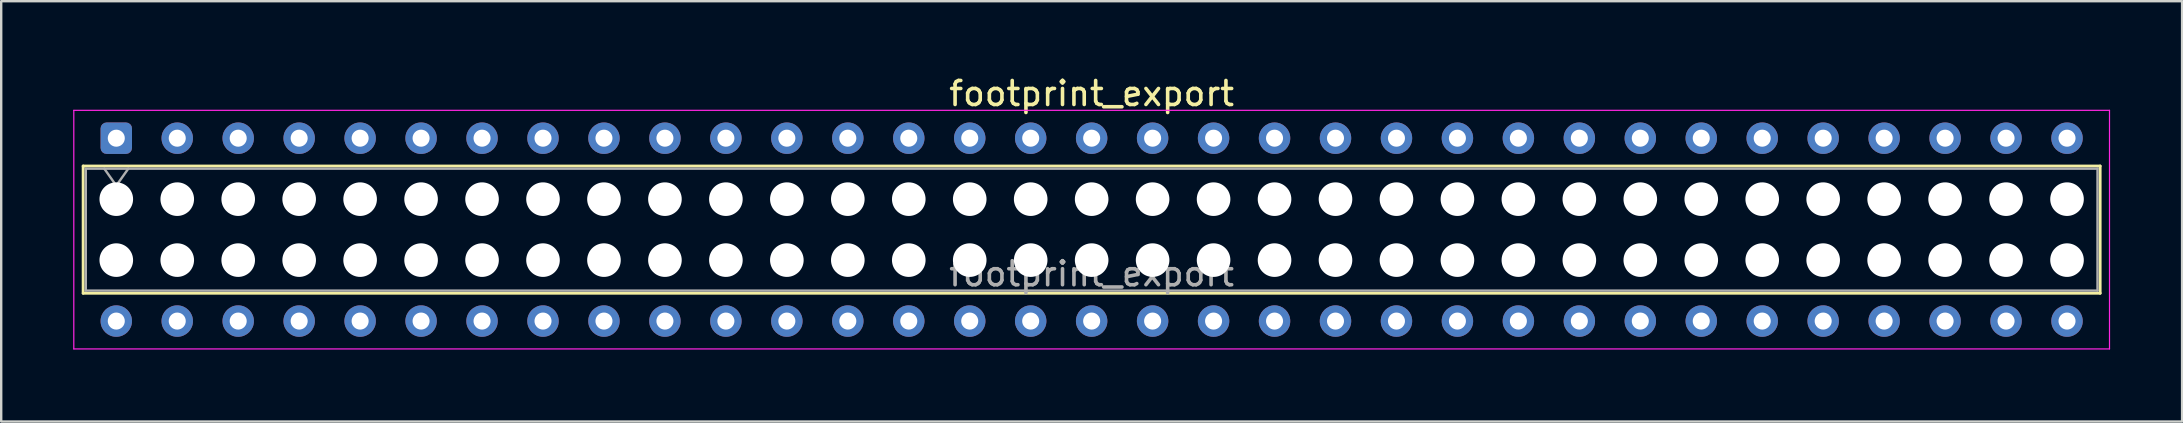
<source format=kicad_pcb>
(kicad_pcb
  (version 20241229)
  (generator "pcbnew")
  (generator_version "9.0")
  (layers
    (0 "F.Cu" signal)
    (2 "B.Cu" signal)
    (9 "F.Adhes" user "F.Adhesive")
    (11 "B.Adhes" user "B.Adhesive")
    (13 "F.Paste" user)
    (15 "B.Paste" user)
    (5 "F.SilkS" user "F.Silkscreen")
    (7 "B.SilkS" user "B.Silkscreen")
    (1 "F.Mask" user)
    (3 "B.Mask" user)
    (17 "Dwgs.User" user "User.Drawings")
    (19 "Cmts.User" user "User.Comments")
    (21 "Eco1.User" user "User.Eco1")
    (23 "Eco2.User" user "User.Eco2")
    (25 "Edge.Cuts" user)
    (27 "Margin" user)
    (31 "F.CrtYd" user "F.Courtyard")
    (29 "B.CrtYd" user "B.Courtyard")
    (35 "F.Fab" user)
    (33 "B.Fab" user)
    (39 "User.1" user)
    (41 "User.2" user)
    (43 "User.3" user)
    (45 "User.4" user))
  (footprint "footprint_export"
    (layer "F.Cu")
    (at 1.795 2.708)
    (property "Reference" "footprint_export" (at 40.64 -1.86 0) (layer "F.SilkS") (effects (font (size 1 1) (thickness 0.15))))
    (attr through_hole)
    (fp_line (start -1.38 1.16) (end 82.66 1.16) (stroke (width 0.12) (type solid)) (layer "F.SilkS"))
    (fp_line (start -1.38 6.46) (end -1.38 1.16) (stroke (width 0.12) (type solid)) (layer "F.SilkS"))
    (fp_line (start 82.66 1.16) (end 82.66 6.46) (stroke (width 0.12) (type solid)) (layer "F.SilkS"))
    (fp_line (start 82.66 6.46) (end -1.38 6.46) (stroke (width 0.12) (type solid)) (layer "F.SilkS"))
    (fp_line (start -1.77 -1.16) (end 83.05 -1.16) (stroke (width 0.05) (type solid)) (layer "F.CrtYd"))
    (fp_line (start -1.77 8.78) (end -1.77 -1.16) (stroke (width 0.05) (type solid)) (layer "F.CrtYd"))
    (fp_line (start 83.05 -1.16) (end 83.05 8.78) (stroke (width 0.05) (type solid)) (layer "F.CrtYd"))
    (fp_line (start 83.05 8.78) (end -1.77 8.78) (stroke (width 0.05) (type solid)) (layer "F.CrtYd"))
    (fp_line (start -1.27 1.27) (end 82.55 1.27) (stroke (width 0.1) (type solid)) (layer "F.Fab"))
    (fp_line (start -1.27 6.35) (end -1.27 1.27) (stroke (width 0.1) (type solid)) (layer "F.Fab"))
    (fp_line (start -0.5 1.27) (end 0 1.977) (stroke (width 0.1) (type solid)) (layer "F.Fab"))
    (fp_line (start 0 1.977) (end 0.5 1.27) (stroke (width 0.1) (type solid)) (layer "F.Fab"))
    (fp_line (start 82.55 1.27) (end 82.55 6.35) (stroke (width 0.1) (type solid)) (layer "F.Fab"))
    (fp_line (start 82.55 6.35) (end -1.27 6.35) (stroke (width 0.1) (type solid)) (layer "F.Fab"))
    (fp_text user "${REFERENCE}" (at 40.64 5.65 0) (layer "F.Fab") (effects (font (size 1 1) (thickness 0.15))))
    (pad "" np_thru_hole circle (at 0 2.54) (size 1.4 1.4) (drill 1.4) (layers "*.Cu" "*.Mask"))
    (pad "" np_thru_hole circle (at 0 5.08) (size 1.4 1.4) (drill 1.4) (layers "*.Cu" "*.Mask"))
    (pad "" np_thru_hole circle (at 2.54 2.54) (size 1.4 1.4) (drill 1.4) (layers "*.Cu" "*.Mask"))
    (pad "" np_thru_hole circle (at 2.54 5.08) (size 1.4 1.4) (drill 1.4) (layers "*.Cu" "*.Mask"))
    (pad "" np_thru_hole circle (at 5.08 2.54) (size 1.4 1.4) (drill 1.4) (layers "*.Cu" "*.Mask"))
    (pad "" np_thru_hole circle (at 5.08 5.08) (size 1.4 1.4) (drill 1.4) (layers "*.Cu" "*.Mask"))
    (pad "" np_thru_hole circle (at 7.62 2.54) (size 1.4 1.4) (drill 1.4) (layers "*.Cu" "*.Mask"))
    (pad "" np_thru_hole circle (at 7.62 5.08) (size 1.4 1.4) (drill 1.4) (layers "*.Cu" "*.Mask"))
    (pad "" np_thru_hole circle (at 10.16 2.54) (size 1.4 1.4) (drill 1.4) (layers "*.Cu" "*.Mask"))
    (pad "" np_thru_hole circle (at 10.16 5.08) (size 1.4 1.4) (drill 1.4) (layers "*.Cu" "*.Mask"))
    (pad "" np_thru_hole circle (at 12.7 2.54) (size 1.4 1.4) (drill 1.4) (layers "*.Cu" "*.Mask"))
    (pad "" np_thru_hole circle (at 12.7 5.08) (size 1.4 1.4) (drill 1.4) (layers "*.Cu" "*.Mask"))
    (pad "" np_thru_hole circle (at 15.24 2.54) (size 1.4 1.4) (drill 1.4) (layers "*.Cu" "*.Mask"))
    (pad "" np_thru_hole circle (at 15.24 5.08) (size 1.4 1.4) (drill 1.4) (layers "*.Cu" "*.Mask"))
    (pad "" np_thru_hole circle (at 17.78 2.54) (size 1.4 1.4) (drill 1.4) (layers "*.Cu" "*.Mask"))
    (pad "" np_thru_hole circle (at 17.78 5.08) (size 1.4 1.4) (drill 1.4) (layers "*.Cu" "*.Mask"))
    (pad "" np_thru_hole circle (at 20.32 2.54) (size 1.4 1.4) (drill 1.4) (layers "*.Cu" "*.Mask"))
    (pad "" np_thru_hole circle (at 20.32 5.08) (size 1.4 1.4) (drill 1.4) (layers "*.Cu" "*.Mask"))
    (pad "" np_thru_hole circle (at 22.86 2.54) (size 1.4 1.4) (drill 1.4) (layers "*.Cu" "*.Mask"))
    (pad "" np_thru_hole circle (at 22.86 5.08) (size 1.4 1.4) (drill 1.4) (layers "*.Cu" "*.Mask"))
    (pad "" np_thru_hole circle (at 25.4 2.54) (size 1.4 1.4) (drill 1.4) (layers "*.Cu" "*.Mask"))
    (pad "" np_thru_hole circle (at 25.4 5.08) (size 1.4 1.4) (drill 1.4) (layers "*.Cu" "*.Mask"))
    (pad "" np_thru_hole circle (at 27.94 2.54) (size 1.4 1.4) (drill 1.4) (layers "*.Cu" "*.Mask"))
    (pad "" np_thru_hole circle (at 27.94 5.08) (size 1.4 1.4) (drill 1.4) (layers "*.Cu" "*.Mask"))
    (pad "" np_thru_hole circle (at 30.48 2.54) (size 1.4 1.4) (drill 1.4) (layers "*.Cu" "*.Mask"))
    (pad "" np_thru_hole circle (at 30.48 5.08) (size 1.4 1.4) (drill 1.4) (layers "*.Cu" "*.Mask"))
    (pad "" np_thru_hole circle (at 33.02 2.54) (size 1.4 1.4) (drill 1.4) (layers "*.Cu" "*.Mask"))
    (pad "" np_thru_hole circle (at 33.02 5.08) (size 1.4 1.4) (drill 1.4) (layers "*.Cu" "*.Mask"))
    (pad "" np_thru_hole circle (at 35.56 2.54) (size 1.4 1.4) (drill 1.4) (layers "*.Cu" "*.Mask"))
    (pad "" np_thru_hole circle (at 35.56 5.08) (size 1.4 1.4) (drill 1.4) (layers "*.Cu" "*.Mask"))
    (pad "" np_thru_hole circle (at 38.1 2.54) (size 1.4 1.4) (drill 1.4) (layers "*.Cu" "*.Mask"))
    (pad "" np_thru_hole circle (at 38.1 5.08) (size 1.4 1.4) (drill 1.4) (layers "*.Cu" "*.Mask"))
    (pad "" np_thru_hole circle (at 40.64 2.54) (size 1.4 1.4) (drill 1.4) (layers "*.Cu" "*.Mask"))
    (pad "" np_thru_hole circle (at 40.64 5.08) (size 1.4 1.4) (drill 1.4) (layers "*.Cu" "*.Mask"))
    (pad "" np_thru_hole circle (at 43.18 2.54) (size 1.4 1.4) (drill 1.4) (layers "*.Cu" "*.Mask"))
    (pad "" np_thru_hole circle (at 43.18 5.08) (size 1.4 1.4) (drill 1.4) (layers "*.Cu" "*.Mask"))
    (pad "" np_thru_hole circle (at 45.72 2.54) (size 1.4 1.4) (drill 1.4) (layers "*.Cu" "*.Mask"))
    (pad "" np_thru_hole circle (at 45.72 5.08) (size 1.4 1.4) (drill 1.4) (layers "*.Cu" "*.Mask"))
    (pad "" np_thru_hole circle (at 48.26 2.54) (size 1.4 1.4) (drill 1.4) (layers "*.Cu" "*.Mask"))
    (pad "" np_thru_hole circle (at 48.26 5.08) (size 1.4 1.4) (drill 1.4) (layers "*.Cu" "*.Mask"))
    (pad "" np_thru_hole circle (at 50.8 2.54) (size 1.4 1.4) (drill 1.4) (layers "*.Cu" "*.Mask"))
    (pad "" np_thru_hole circle (at 50.8 5.08) (size 1.4 1.4) (drill 1.4) (layers "*.Cu" "*.Mask"))
    (pad "" np_thru_hole circle (at 53.34 2.54) (size 1.4 1.4) (drill 1.4) (layers "*.Cu" "*.Mask"))
    (pad "" np_thru_hole circle (at 53.34 5.08) (size 1.4 1.4) (drill 1.4) (layers "*.Cu" "*.Mask"))
    (pad "" np_thru_hole circle (at 55.88 2.54) (size 1.4 1.4) (drill 1.4) (layers "*.Cu" "*.Mask"))
    (pad "" np_thru_hole circle (at 55.88 5.08) (size 1.4 1.4) (drill 1.4) (layers "*.Cu" "*.Mask"))
    (pad "" np_thru_hole circle (at 58.42 2.54) (size 1.4 1.4) (drill 1.4) (layers "*.Cu" "*.Mask"))
    (pad "" np_thru_hole circle (at 58.42 5.08) (size 1.4 1.4) (drill 1.4) (layers "*.Cu" "*.Mask"))
    (pad "" np_thru_hole circle (at 60.96 2.54) (size 1.4 1.4) (drill 1.4) (layers "*.Cu" "*.Mask"))
    (pad "" np_thru_hole circle (at 60.96 5.08) (size 1.4 1.4) (drill 1.4) (layers "*.Cu" "*.Mask"))
    (pad "" np_thru_hole circle (at 63.5 2.54) (size 1.4 1.4) (drill 1.4) (layers "*.Cu" "*.Mask"))
    (pad "" np_thru_hole circle (at 63.5 5.08) (size 1.4 1.4) (drill 1.4) (layers "*.Cu" "*.Mask"))
    (pad "" np_thru_hole circle (at 66.04 2.54) (size 1.4 1.4) (drill 1.4) (layers "*.Cu" "*.Mask"))
    (pad "" np_thru_hole circle (at 66.04 5.08) (size 1.4 1.4) (drill 1.4) (layers "*.Cu" "*.Mask"))
    (pad "" np_thru_hole circle (at 68.58 2.54) (size 1.4 1.4) (drill 1.4) (layers "*.Cu" "*.Mask"))
    (pad "" np_thru_hole circle (at 68.58 5.08) (size 1.4 1.4) (drill 1.4) (layers "*.Cu" "*.Mask"))
    (pad "" np_thru_hole circle (at 71.12 2.54) (size 1.4 1.4) (drill 1.4) (layers "*.Cu" "*.Mask"))
    (pad "" np_thru_hole circle (at 71.12 5.08) (size 1.4 1.4) (drill 1.4) (layers "*.Cu" "*.Mask"))
    (pad "" np_thru_hole circle (at 73.66 2.54) (size 1.4 1.4) (drill 1.4) (layers "*.Cu" "*.Mask"))
    (pad "" np_thru_hole circle (at 73.66 5.08) (size 1.4 1.4) (drill 1.4) (layers "*.Cu" "*.Mask"))
    (pad "" np_thru_hole circle (at 76.2 2.54) (size 1.4 1.4) (drill 1.4) (layers "*.Cu" "*.Mask"))
    (pad "" np_thru_hole circle (at 76.2 5.08) (size 1.4 1.4) (drill 1.4) (layers "*.Cu" "*.Mask"))
    (pad "" np_thru_hole circle (at 78.74 2.54) (size 1.4 1.4) (drill 1.4) (layers "*.Cu" "*.Mask"))
    (pad "" np_thru_hole circle (at 78.74 5.08) (size 1.4 1.4) (drill 1.4) (layers "*.Cu" "*.Mask"))
    (pad "" np_thru_hole circle (at 81.28 2.54) (size 1.4 1.4) (drill 1.4) (layers "*.Cu" "*.Mask"))
    (pad "" np_thru_hole circle (at 81.28 5.08) (size 1.4 1.4) (drill 1.4) (layers "*.Cu" "*.Mask"))
    (pad "1" thru_hole roundrect (at 0 0) (size 1.31 1.31) (drill 0.71) (layers "*.Cu" "*.Mask") (roundrect_rratio 0.191))
    (pad "2" thru_hole circle (at 0 7.62) (size 1.31 1.31) (drill 0.71) (layers "*.Cu" "*.Mask"))
    (pad "3" thru_hole circle (at 2.54 0) (size 1.31 1.31) (drill 0.71) (layers "*.Cu" "*.Mask"))
    (pad "4" thru_hole circle (at 2.54 7.62) (size 1.31 1.31) (drill 0.71) (layers "*.Cu" "*.Mask"))
    (pad "5" thru_hole circle (at 5.08 0) (size 1.31 1.31) (drill 0.71) (layers "*.Cu" "*.Mask"))
    (pad "6" thru_hole circle (at 5.08 7.62) (size 1.31 1.31) (drill 0.71) (layers "*.Cu" "*.Mask"))
    (pad "7" thru_hole circle (at 7.62 0) (size 1.31 1.31) (drill 0.71) (layers "*.Cu" "*.Mask"))
    (pad "8" thru_hole circle (at 7.62 7.62) (size 1.31 1.31) (drill 0.71) (layers "*.Cu" "*.Mask"))
    (pad "9" thru_hole circle (at 10.16 0) (size 1.31 1.31) (drill 0.71) (layers "*.Cu" "*.Mask"))
    (pad "10" thru_hole circle (at 10.16 7.62) (size 1.31 1.31) (drill 0.71) (layers "*.Cu" "*.Mask"))
    (pad "11" thru_hole circle (at 12.7 0) (size 1.31 1.31) (drill 0.71) (layers "*.Cu" "*.Mask"))
    (pad "12" thru_hole circle (at 12.7 7.62) (size 1.31 1.31) (drill 0.71) (layers "*.Cu" "*.Mask"))
    (pad "13" thru_hole circle (at 15.24 0) (size 1.31 1.31) (drill 0.71) (layers "*.Cu" "*.Mask"))
    (pad "14" thru_hole circle (at 15.24 7.62) (size 1.31 1.31) (drill 0.71) (layers "*.Cu" "*.Mask"))
    (pad "15" thru_hole circle (at 17.78 0) (size 1.31 1.31) (drill 0.71) (layers "*.Cu" "*.Mask"))
    (pad "16" thru_hole circle (at 17.78 7.62) (size 1.31 1.31) (drill 0.71) (layers "*.Cu" "*.Mask"))
    (pad "17" thru_hole circle (at 20.32 0) (size 1.31 1.31) (drill 0.71) (layers "*.Cu" "*.Mask"))
    (pad "18" thru_hole circle (at 20.32 7.62) (size 1.31 1.31) (drill 0.71) (layers "*.Cu" "*.Mask"))
    (pad "19" thru_hole circle (at 22.86 0) (size 1.31 1.31) (drill 0.71) (layers "*.Cu" "*.Mask"))
    (pad "20" thru_hole circle (at 22.86 7.62) (size 1.31 1.31) (drill 0.71) (layers "*.Cu" "*.Mask"))
    (pad "21" thru_hole circle (at 25.4 0) (size 1.31 1.31) (drill 0.71) (layers "*.Cu" "*.Mask"))
    (pad "22" thru_hole circle (at 25.4 7.62) (size 1.31 1.31) (drill 0.71) (layers "*.Cu" "*.Mask"))
    (pad "23" thru_hole circle (at 27.94 0) (size 1.31 1.31) (drill 0.71) (layers "*.Cu" "*.Mask"))
    (pad "24" thru_hole circle (at 27.94 7.62) (size 1.31 1.31) (drill 0.71) (layers "*.Cu" "*.Mask"))
    (pad "25" thru_hole circle (at 30.48 0) (size 1.31 1.31) (drill 0.71) (layers "*.Cu" "*.Mask"))
    (pad "26" thru_hole circle (at 30.48 7.62) (size 1.31 1.31) (drill 0.71) (layers "*.Cu" "*.Mask"))
    (pad "27" thru_hole circle (at 33.02 0) (size 1.31 1.31) (drill 0.71) (layers "*.Cu" "*.Mask"))
    (pad "28" thru_hole circle (at 33.02 7.62) (size 1.31 1.31) (drill 0.71) (layers "*.Cu" "*.Mask"))
    (pad "29" thru_hole circle (at 35.56 0) (size 1.31 1.31) (drill 0.71) (layers "*.Cu" "*.Mask"))
    (pad "30" thru_hole circle (at 35.56 7.62) (size 1.31 1.31) (drill 0.71) (layers "*.Cu" "*.Mask"))
    (pad "31" thru_hole circle (at 38.1 0) (size 1.31 1.31) (drill 0.71) (layers "*.Cu" "*.Mask"))
    (pad "32" thru_hole circle (at 38.1 7.62) (size 1.31 1.31) (drill 0.71) (layers "*.Cu" "*.Mask"))
    (pad "33" thru_hole circle (at 40.64 0) (size 1.31 1.31) (drill 0.71) (layers "*.Cu" "*.Mask"))
    (pad "34" thru_hole circle (at 40.64 7.62) (size 1.31 1.31) (drill 0.71) (layers "*.Cu" "*.Mask"))
    (pad "35" thru_hole circle (at 43.18 0) (size 1.31 1.31) (drill 0.71) (layers "*.Cu" "*.Mask"))
    (pad "36" thru_hole circle (at 43.18 7.62) (size 1.31 1.31) (drill 0.71) (layers "*.Cu" "*.Mask"))
    (pad "37" thru_hole circle (at 45.72 0) (size 1.31 1.31) (drill 0.71) (layers "*.Cu" "*.Mask"))
    (pad "38" thru_hole circle (at 45.72 7.62) (size 1.31 1.31) (drill 0.71) (layers "*.Cu" "*.Mask"))
    (pad "39" thru_hole circle (at 48.26 0) (size 1.31 1.31) (drill 0.71) (layers "*.Cu" "*.Mask"))
    (pad "40" thru_hole circle (at 48.26 7.62) (size 1.31 1.31) (drill 0.71) (layers "*.Cu" "*.Mask"))
    (pad "41" thru_hole circle (at 50.8 0) (size 1.31 1.31) (drill 0.71) (layers "*.Cu" "*.Mask"))
    (pad "42" thru_hole circle (at 50.8 7.62) (size 1.31 1.31) (drill 0.71) (layers "*.Cu" "*.Mask"))
    (pad "43" thru_hole circle (at 53.34 0) (size 1.31 1.31) (drill 0.71) (layers "*.Cu" "*.Mask"))
    (pad "44" thru_hole circle (at 53.34 7.62) (size 1.31 1.31) (drill 0.71) (layers "*.Cu" "*.Mask"))
    (pad "45" thru_hole circle (at 55.88 0) (size 1.31 1.31) (drill 0.71) (layers "*.Cu" "*.Mask"))
    (pad "46" thru_hole circle (at 55.88 7.62) (size 1.31 1.31) (drill 0.71) (layers "*.Cu" "*.Mask"))
    (pad "47" thru_hole circle (at 58.42 0) (size 1.31 1.31) (drill 0.71) (layers "*.Cu" "*.Mask"))
    (pad "48" thru_hole circle (at 58.42 7.62) (size 1.31 1.31) (drill 0.71) (layers "*.Cu" "*.Mask"))
    (pad "49" thru_hole circle (at 60.96 0) (size 1.31 1.31) (drill 0.71) (layers "*.Cu" "*.Mask"))
    (pad "50" thru_hole circle (at 60.96 7.62) (size 1.31 1.31) (drill 0.71) (layers "*.Cu" "*.Mask"))
    (pad "51" thru_hole circle (at 63.5 0) (size 1.31 1.31) (drill 0.71) (layers "*.Cu" "*.Mask"))
    (pad "52" thru_hole circle (at 63.5 7.62) (size 1.31 1.31) (drill 0.71) (layers "*.Cu" "*.Mask"))
    (pad "53" thru_hole circle (at 66.04 0) (size 1.31 1.31) (drill 0.71) (layers "*.Cu" "*.Mask"))
    (pad "54" thru_hole circle (at 66.04 7.62) (size 1.31 1.31) (drill 0.71) (layers "*.Cu" "*.Mask"))
    (pad "55" thru_hole circle (at 68.58 0) (size 1.31 1.31) (drill 0.71) (layers "*.Cu" "*.Mask"))
    (pad "56" thru_hole circle (at 68.58 7.62) (size 1.31 1.31) (drill 0.71) (layers "*.Cu" "*.Mask"))
    (pad "57" thru_hole circle (at 71.12 0) (size 1.31 1.31) (drill 0.71) (layers "*.Cu" "*.Mask"))
    (pad "58" thru_hole circle (at 71.12 7.62) (size 1.31 1.31) (drill 0.71) (layers "*.Cu" "*.Mask"))
    (pad "59" thru_hole circle (at 73.66 0) (size 1.31 1.31) (drill 0.71) (layers "*.Cu" "*.Mask"))
    (pad "60" thru_hole circle (at 73.66 7.62) (size 1.31 1.31) (drill 0.71) (layers "*.Cu" "*.Mask"))
    (pad "61" thru_hole circle (at 76.2 0) (size 1.31 1.31) (drill 0.71) (layers "*.Cu" "*.Mask"))
    (pad "62" thru_hole circle (at 76.2 7.62) (size 1.31 1.31) (drill 0.71) (layers "*.Cu" "*.Mask"))
    (pad "63" thru_hole circle (at 78.74 0) (size 1.31 1.31) (drill 0.71) (layers "*.Cu" "*.Mask"))
    (pad "64" thru_hole circle (at 78.74 7.62) (size 1.31 1.31) (drill 0.71) (layers "*.Cu" "*.Mask"))
    (pad "65" thru_hole circle (at 81.28 0) (size 1.31 1.31) (drill 0.71) (layers "*.Cu" "*.Mask"))
    (pad "66" thru_hole circle (at 81.28 7.62) (size 1.31 1.31) (drill 0.71) (layers "*.Cu" "*.Mask")))
  (gr_rect
    (start -3 -3)
    (end 87.87 14.513)
    (stroke (width 0.1) (type default))
    (fill no)
    (layer "Edge.Cuts")))
</source>
